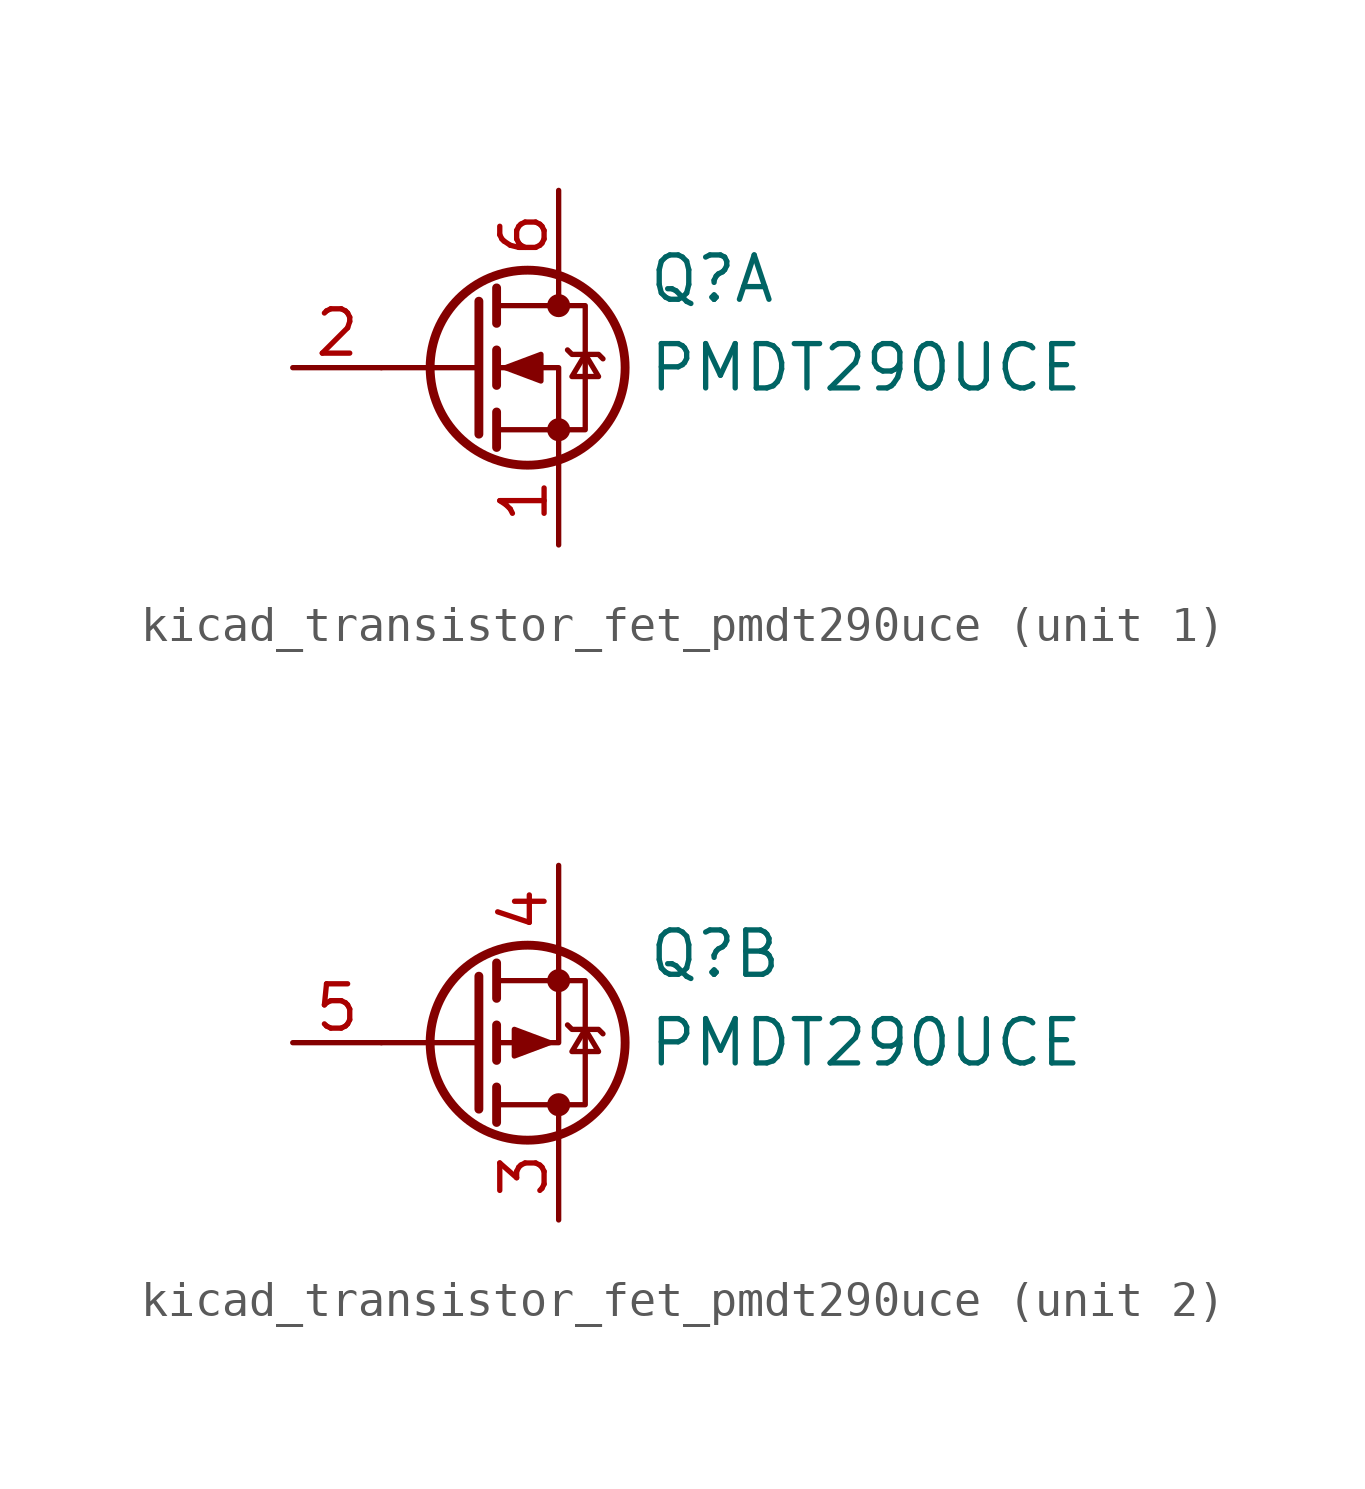
<source format=kicad_sym>
(kicad_symbol_lib
  (version 20220914)
  (generator kicad_symbol_editor)
  (symbol "kicad_transistor_fet_pmdt290uce"
    (pin_names hide)
    (property "Reference" "Q"
      (at 5.08 2.54 0)
      (effects (font (size 1.27 1.27)) (justify left)))
    (property "Value" "PMDT290UCE"
      (at 5.08 0 0)
      (effects (font (size 1.27 1.27)) (justify left)))
    (symbol "kicad_transistor_fet_pmdt290uce_1_1"
      (polyline (pts (xy 0.254 -1.905) (xy 0.254 1.905)) (stroke (width 0.254) (type default)) (fill (type none)))
      (polyline (pts (xy 0.254 0) (xy -2.54 0)) (stroke (width 0) (type default)) (fill (type none)))
      (polyline (pts (xy 0.762 -2.286) (xy 0.762 -1.27)) (stroke (width 0.254) (type default)) (fill (type none)))
      (polyline (pts (xy 0.762 -0.508) (xy 0.762 0.508)) (stroke (width 0.254) (type default)) (fill (type none)))
      (polyline (pts (xy 0.762 1.27) (xy 0.762 2.286)) (stroke (width 0.254) (type default)) (fill (type none)))
      (polyline (pts (xy 2.54 1.905) (xy 2.54 2.54)) (stroke (width 0) (type default)) (fill (type none)))
      (polyline (pts (xy 2.54 -2.54) (xy 2.54 0) (xy 0.762 0)) (stroke (width 0) (type default)) (fill (type none)))
      (polyline (pts (xy 0.762 1.778) (xy 3.302 1.778) (xy 3.302 -1.778) (xy 0.762 -1.778)) (stroke (width 0) (type default)) (fill (type none)))
      (polyline (pts (xy 1.016 0) (xy 2.032 -0.381) (xy 2.032 0.381) (xy 1.016 0)) (stroke (width 0) (type default)) (fill (type outline)))
      (polyline (pts (xy 2.794 0.508) (xy 2.921 0.381) (xy 3.683 0.381) (xy 3.81 0.254)) (stroke (width 0) (type default)) (fill (type none)))
      (polyline (pts (xy 3.302 0.381) (xy 2.921 -0.254) (xy 3.683 -0.254) (xy 3.302 0.381)) (stroke (width 0) (type default)) (fill (type none)))
      (circle (center 1.651 0) (radius 2.794) (stroke (width 0.254) (type default)) (fill (type none)))
      (circle (center 2.54 -1.778) (radius 0.254) (stroke (width 0) (type default)) (fill (type outline)))
      (circle (center 2.54 1.778) (radius 0.254) (stroke (width 0) (type default)) (fill (type outline)))
      (pin passive line (at 2.54 -5.08 90) (length 2.54) (name "SN" (effects (font (size 1.27 1.27)))) (number "1" (effects (font (size 1.27 1.27)))))
      (pin input line (at -5.08 0 0) (length 2.54) (name "GN" (effects (font (size 1.27 1.27)))) (number "2" (effects (font (size 1.27 1.27)))))
      (pin passive line (at 2.54 5.08 270) (length 2.54) (name "DN" (effects (font (size 1.27 1.27)))) (number "6" (effects (font (size 1.27 1.27))))))
    (symbol "kicad_transistor_fet_pmdt290uce_2_1"
      (polyline (pts (xy 0.254 0) (xy -2.54 0)) (stroke (width 0) (type default)) (fill (type none)))
      (polyline (pts (xy 0.254 1.905) (xy 0.254 -1.905)) (stroke (width 0.254) (type default)) (fill (type none)))
      (polyline (pts (xy 0.762 -1.27) (xy 0.762 -2.286)) (stroke (width 0.254) (type default)) (fill (type none)))
      (polyline (pts (xy 0.762 0.508) (xy 0.762 -0.508)) (stroke (width 0.254) (type default)) (fill (type none)))
      (polyline (pts (xy 0.762 2.286) (xy 0.762 1.27)) (stroke (width 0.254) (type default)) (fill (type none)))
      (polyline (pts (xy 2.54 -1.905) (xy 2.54 -2.54)) (stroke (width 0) (type default)) (fill (type none)))
      (polyline (pts (xy 2.54 2.54) (xy 2.54 0) (xy 0.762 0)) (stroke (width 0) (type default)) (fill (type none)))
      (polyline (pts (xy 0.762 -1.778) (xy 3.302 -1.778) (xy 3.302 1.778) (xy 0.762 1.778)) (stroke (width 0) (type default)) (fill (type none)))
      (polyline (pts (xy 2.286 0) (xy 1.27 -0.381) (xy 1.27 0.381) (xy 2.286 0)) (stroke (width 0) (type default)) (fill (type outline)))
      (polyline (pts (xy 2.794 0.508) (xy 2.921 0.381) (xy 3.683 0.381) (xy 3.81 0.254)) (stroke (width 0) (type default)) (fill (type none)))
      (polyline (pts (xy 3.302 0.381) (xy 2.921 -0.254) (xy 3.683 -0.254) (xy 3.302 0.381)) (stroke (width 0) (type default)) (fill (type none)))
      (circle (center 1.651 0) (radius 2.794) (stroke (width 0.254) (type default)) (fill (type none)))
      (circle (center 2.54 -1.778) (radius 0.254) (stroke (width 0) (type default)) (fill (type outline)))
      (circle (center 2.54 1.778) (radius 0.254) (stroke (width 0) (type default)) (fill (type outline)))
      (pin passive line (at 2.54 -5.08 90) (length 2.54) (name "DP" (effects (font (size 1.27 1.27)))) (number "3" (effects (font (size 1.27 1.27)))))
      (pin passive line (at 2.54 5.08 270) (length 2.54) (name "SP" (effects (font (size 1.27 1.27)))) (number "4" (effects (font (size 1.27 1.27)))))
      (pin input line (at -5.08 0 0) (length 2.54) (name "GP" (effects (font (size 1.27 1.27)))) (number "5" (effects (font (size 1.27 1.27))))))))
</source>
